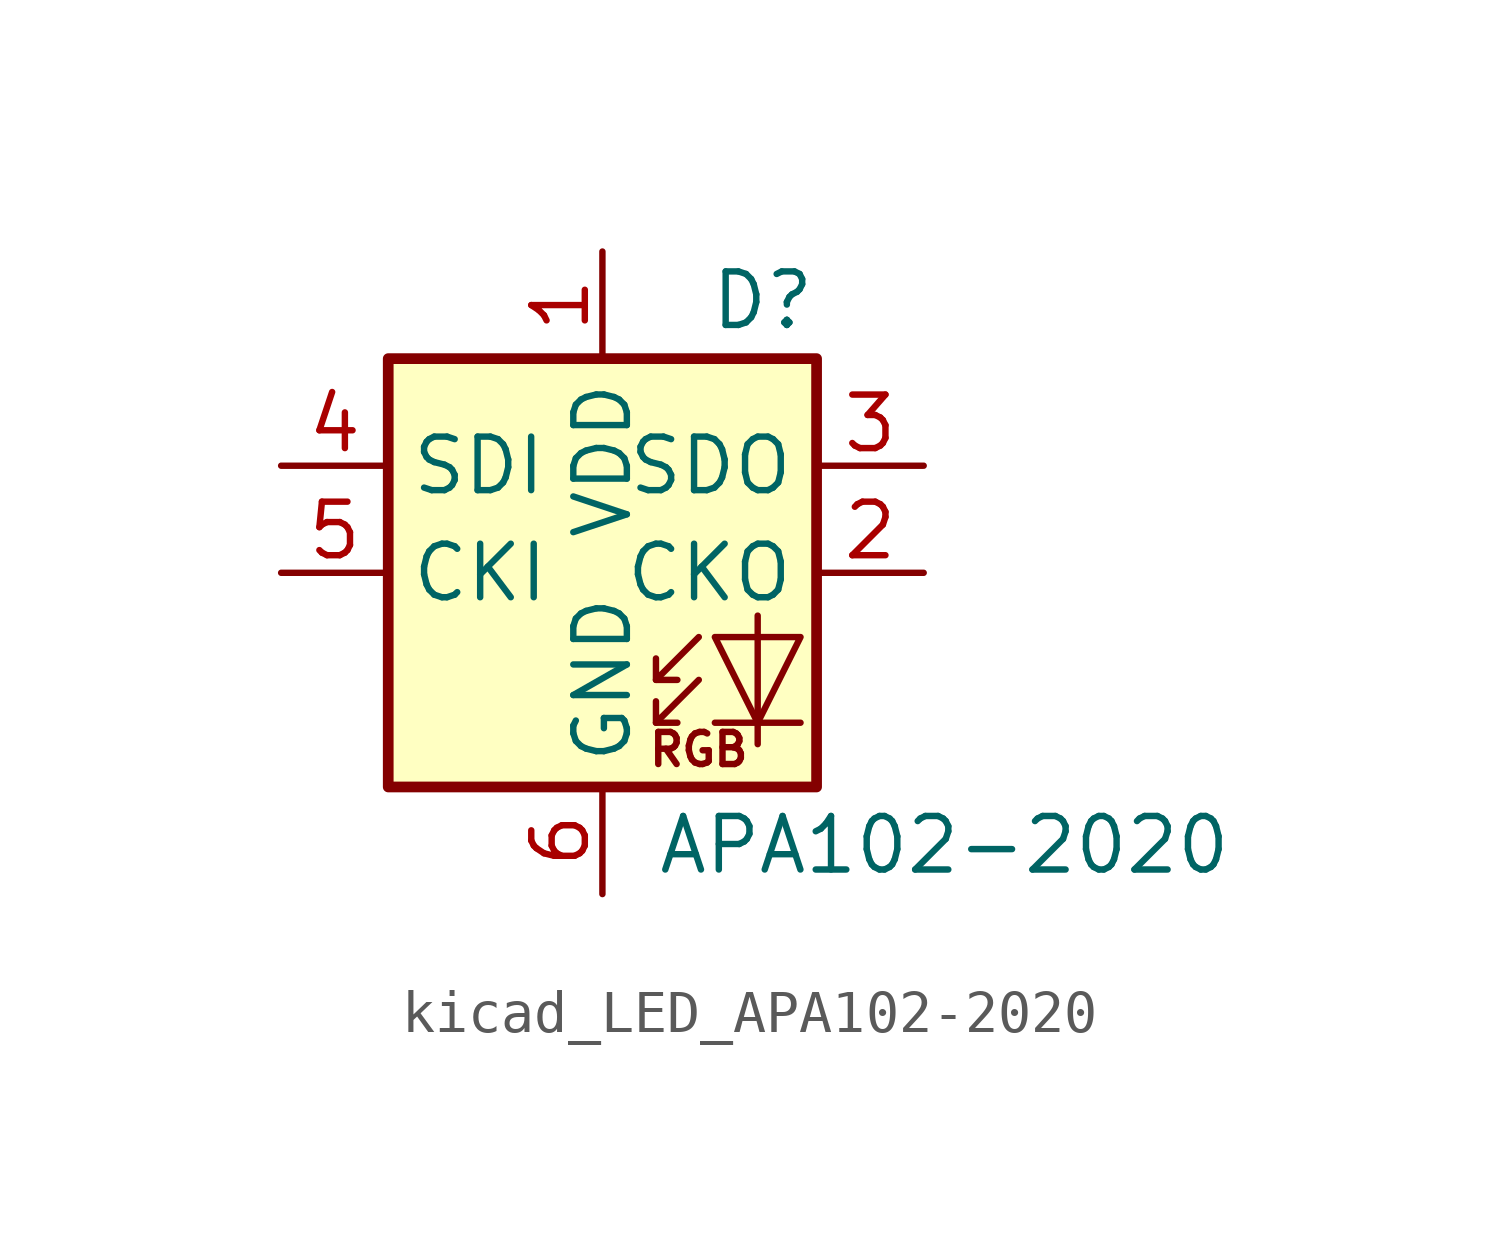
<source format=kicad_sym>
(kicad_symbol_lib
  (version 20220914)
  (generator kicad_symbol_editor)
  (symbol "kicad_LED_APA102-2020"
    (property "Reference" "D"
      (at 5.08 5.715 0)
      (effects (font (size 1.27 1.27)) (justify right bottom)))
    (property "Value" "APA102-2020"
      (at 1.27 -5.715 0)
      (effects (font (size 1.27 1.27)) (justify left top)))
    (symbol "kicad_LED_APA102-2020_0_0"
      (text "RGB" (at 2.286 -4.191 0) (effects (font (size 0.762 0.762)))))
    (symbol "kicad_LED_APA102-2020_0_1"
      (polyline (pts (xy 1.27 -3.556) (xy 1.778 -3.556)) (stroke (width 0) (type default)) (fill (type none)))
      (polyline (pts (xy 1.27 -2.54) (xy 1.778 -2.54)) (stroke (width 0) (type default)) (fill (type none)))
      (polyline (pts (xy 4.699 -3.556) (xy 2.667 -3.556)) (stroke (width 0) (type default)) (fill (type none)))
      (polyline (pts (xy 2.286 -2.54) (xy 1.27 -3.556) (xy 1.27 -3.048)) (stroke (width 0) (type default)) (fill (type none)))
      (polyline (pts (xy 2.286 -1.524) (xy 1.27 -2.54) (xy 1.27 -2.032)) (stroke (width 0) (type default)) (fill (type none)))
      (polyline (pts (xy 3.683 -1.016) (xy 3.683 -3.556) (xy 3.683 -4.064)) (stroke (width 0) (type default)) (fill (type none)))
      (polyline (pts (xy 4.699 -1.524) (xy 2.667 -1.524) (xy 3.683 -3.556) (xy 4.699 -1.524)) (stroke (width 0) (type default)) (fill (type none)))
      (rectangle (start 5.08 5.08) (end -5.08 -5.08) (stroke (width 0.254) (type default)) (fill (type background))))
    (symbol "kicad_LED_APA102-2020_1_1"
      (pin power_in line (at 0 7.62 270) (length 2.54) (name "VDD" (effects (font (size 1.27 1.27)))) (number "1" (effects (font (size 1.27 1.27)))))
      (pin output line (at 7.62 0 180) (length 2.54) (name "CKO" (effects (font (size 1.27 1.27)))) (number "2" (effects (font (size 1.27 1.27)))))
      (pin output line (at 7.62 2.54 180) (length 2.54) (name "SDO" (effects (font (size 1.27 1.27)))) (number "3" (effects (font (size 1.27 1.27)))))
      (pin input line (at -7.62 2.54 0) (length 2.54) (name "SDI" (effects (font (size 1.27 1.27)))) (number "4" (effects (font (size 1.27 1.27)))))
      (pin input line (at -7.62 0 0) (length 2.54) (name "CKI" (effects (font (size 1.27 1.27)))) (number "5" (effects (font (size 1.27 1.27)))))
      (pin power_in line (at 0 -7.62 90) (length 2.54) (name "GND" (effects (font (size 1.27 1.27)))) (number "6" (effects (font (size 1.27 1.27))))))))
</source>
